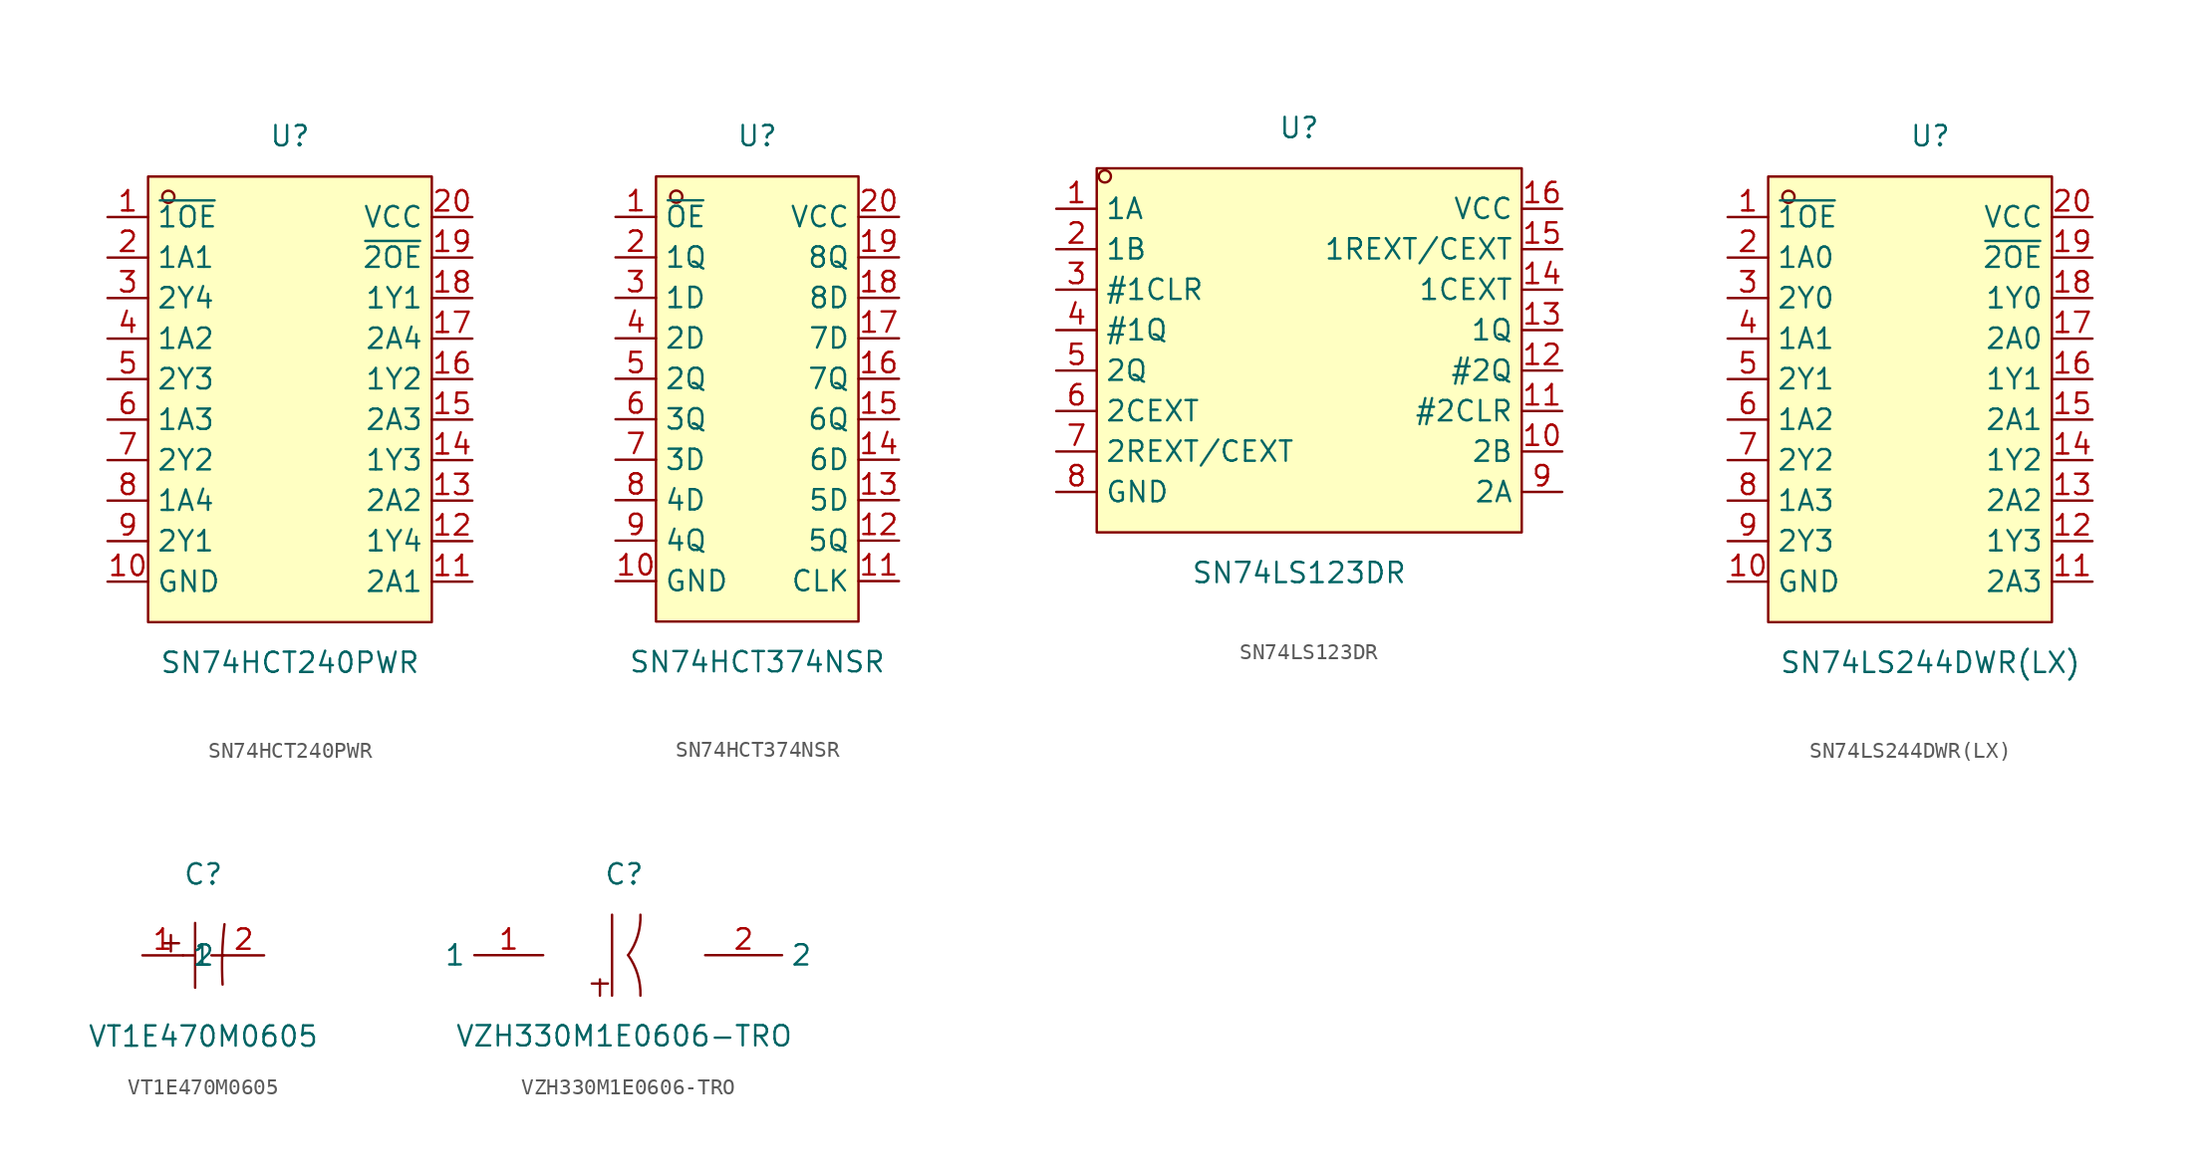
<source format=kicad_sym>
(kicad_symbol_lib
  (version 20211014)
  (generator https://github.com/uPesy/easyeda2kicad.py)
  (symbol "SN74HCT240PWR"
    (property "Reference" "U"
      (at 0 16.51 0)
      (effects (font (size 1.27 1.27))))
    (property "Value" "SN74HCT240PWR"
      (at 0 -16.51 0)
      (effects (font (size 1.27 1.27))))
    (symbol "SN74HCT240PWR_0_1"
      (rectangle (start -8.89 13.97) (end 8.89 -13.97) (stroke (width 0) (type default) (color 0 0 0 0)) (fill (type background)))
      (circle (center -7.62 12.70) (radius 0.38) (stroke (width 0) (type default) (color 0 0 0 0)) (fill (type none)))
      (pin unspecified line (at -11.43 11.43 0) (length 2.54) (name "~{1OE}" (effects (font (size 1.27 1.27)))) (number "1" (effects (font (size 1.27 1.27)))))
      (pin unspecified line (at -11.43 8.89 0) (length 2.54) (name "1A1" (effects (font (size 1.27 1.27)))) (number "2" (effects (font (size 1.27 1.27)))))
      (pin unspecified line (at -11.43 6.35 0) (length 2.54) (name "2Y4" (effects (font (size 1.27 1.27)))) (number "3" (effects (font (size 1.27 1.27)))))
      (pin unspecified line (at -11.43 3.81 0) (length 2.54) (name "1A2" (effects (font (size 1.27 1.27)))) (number "4" (effects (font (size 1.27 1.27)))))
      (pin unspecified line (at -11.43 1.27 0) (length 2.54) (name "2Y3" (effects (font (size 1.27 1.27)))) (number "5" (effects (font (size 1.27 1.27)))))
      (pin unspecified line (at -11.43 -1.27 0) (length 2.54) (name "1A3" (effects (font (size 1.27 1.27)))) (number "6" (effects (font (size 1.27 1.27)))))
      (pin unspecified line (at -11.43 -3.81 0) (length 2.54) (name "2Y2" (effects (font (size 1.27 1.27)))) (number "7" (effects (font (size 1.27 1.27)))))
      (pin unspecified line (at -11.43 -6.35 0) (length 2.54) (name "1A4" (effects (font (size 1.27 1.27)))) (number "8" (effects (font (size 1.27 1.27)))))
      (pin unspecified line (at -11.43 -8.89 0) (length 2.54) (name "2Y1" (effects (font (size 1.27 1.27)))) (number "9" (effects (font (size 1.27 1.27)))))
      (pin unspecified line (at -11.43 -11.43 0) (length 2.54) (name "GND" (effects (font (size 1.27 1.27)))) (number "10" (effects (font (size 1.27 1.27)))))
      (pin unspecified line (at 11.43 -11.43 180) (length 2.54) (name "2A1" (effects (font (size 1.27 1.27)))) (number "11" (effects (font (size 1.27 1.27)))))
      (pin unspecified line (at 11.43 -8.89 180) (length 2.54) (name "1Y4" (effects (font (size 1.27 1.27)))) (number "12" (effects (font (size 1.27 1.27)))))
      (pin unspecified line (at 11.43 -6.35 180) (length 2.54) (name "2A2" (effects (font (size 1.27 1.27)))) (number "13" (effects (font (size 1.27 1.27)))))
      (pin unspecified line (at 11.43 -3.81 180) (length 2.54) (name "1Y3" (effects (font (size 1.27 1.27)))) (number "14" (effects (font (size 1.27 1.27)))))
      (pin unspecified line (at 11.43 -1.27 180) (length 2.54) (name "2A3" (effects (font (size 1.27 1.27)))) (number "15" (effects (font (size 1.27 1.27)))))
      (pin unspecified line (at 11.43 1.27 180) (length 2.54) (name "1Y2" (effects (font (size 1.27 1.27)))) (number "16" (effects (font (size 1.27 1.27)))))
      (pin unspecified line (at 11.43 3.81 180) (length 2.54) (name "2A4" (effects (font (size 1.27 1.27)))) (number "17" (effects (font (size 1.27 1.27)))))
      (pin unspecified line (at 11.43 6.35 180) (length 2.54) (name "1Y1" (effects (font (size 1.27 1.27)))) (number "18" (effects (font (size 1.27 1.27)))))
      (pin unspecified line (at 11.43 8.89 180) (length 2.54) (name "~{2OE}" (effects (font (size 1.27 1.27)))) (number "19" (effects (font (size 1.27 1.27)))))
      (pin unspecified line (at 11.43 11.43 180) (length 2.54) (name "VCC" (effects (font (size 1.27 1.27)))) (number "20" (effects (font (size 1.27 1.27)))))))
  (symbol "SN74HCT374NSR"
    (property "Reference" "U"
      (at 0 16.51 0)
      (effects (font (size 1.27 1.27))))
    (property "Value" "SN74HCT374NSR"
      (at 0 -16.51 0)
      (effects (font (size 1.27 1.27))))
    (symbol "SN74HCT374NSR_0_1"
      (rectangle (start -6.35 13.97) (end 6.35 -13.97) (stroke (width 0) (type default) (color 0 0 0 0)) (fill (type background)))
      (circle (center -5.08 12.70) (radius 0.38) (stroke (width 0) (type default) (color 0 0 0 0)) (fill (type none)))
      (pin unspecified line (at -8.89 11.43 0) (length 2.54) (name "~{OE}" (effects (font (size 1.27 1.27)))) (number "1" (effects (font (size 1.27 1.27)))))
      (pin unspecified line (at -8.89 8.89 0) (length 2.54) (name "1Q" (effects (font (size 1.27 1.27)))) (number "2" (effects (font (size 1.27 1.27)))))
      (pin unspecified line (at -8.89 6.35 0) (length 2.54) (name "1D" (effects (font (size 1.27 1.27)))) (number "3" (effects (font (size 1.27 1.27)))))
      (pin unspecified line (at -8.89 3.81 0) (length 2.54) (name "2D" (effects (font (size 1.27 1.27)))) (number "4" (effects (font (size 1.27 1.27)))))
      (pin unspecified line (at -8.89 1.27 0) (length 2.54) (name "2Q" (effects (font (size 1.27 1.27)))) (number "5" (effects (font (size 1.27 1.27)))))
      (pin unspecified line (at -8.89 -1.27 0) (length 2.54) (name "3Q" (effects (font (size 1.27 1.27)))) (number "6" (effects (font (size 1.27 1.27)))))
      (pin unspecified line (at -8.89 -3.81 0) (length 2.54) (name "3D" (effects (font (size 1.27 1.27)))) (number "7" (effects (font (size 1.27 1.27)))))
      (pin unspecified line (at -8.89 -6.35 0) (length 2.54) (name "4D" (effects (font (size 1.27 1.27)))) (number "8" (effects (font (size 1.27 1.27)))))
      (pin unspecified line (at -8.89 -8.89 0) (length 2.54) (name "4Q" (effects (font (size 1.27 1.27)))) (number "9" (effects (font (size 1.27 1.27)))))
      (pin unspecified line (at -8.89 -11.43 0) (length 2.54) (name "GND" (effects (font (size 1.27 1.27)))) (number "10" (effects (font (size 1.27 1.27)))))
      (pin unspecified line (at 8.89 -11.43 180) (length 2.54) (name "CLK" (effects (font (size 1.27 1.27)))) (number "11" (effects (font (size 1.27 1.27)))))
      (pin unspecified line (at 8.89 -8.89 180) (length 2.54) (name "5Q" (effects (font (size 1.27 1.27)))) (number "12" (effects (font (size 1.27 1.27)))))
      (pin unspecified line (at 8.89 -6.35 180) (length 2.54) (name "5D" (effects (font (size 1.27 1.27)))) (number "13" (effects (font (size 1.27 1.27)))))
      (pin unspecified line (at 8.89 -3.81 180) (length 2.54) (name "6D" (effects (font (size 1.27 1.27)))) (number "14" (effects (font (size 1.27 1.27)))))
      (pin unspecified line (at 8.89 -1.27 180) (length 2.54) (name "6Q" (effects (font (size 1.27 1.27)))) (number "15" (effects (font (size 1.27 1.27)))))
      (pin unspecified line (at 8.89 1.27 180) (length 2.54) (name "7Q" (effects (font (size 1.27 1.27)))) (number "16" (effects (font (size 1.27 1.27)))))
      (pin unspecified line (at 8.89 3.81 180) (length 2.54) (name "7D" (effects (font (size 1.27 1.27)))) (number "17" (effects (font (size 1.27 1.27)))))
      (pin unspecified line (at 8.89 6.35 180) (length 2.54) (name "8D" (effects (font (size 1.27 1.27)))) (number "18" (effects (font (size 1.27 1.27)))))
      (pin unspecified line (at 8.89 8.89 180) (length 2.54) (name "8Q" (effects (font (size 1.27 1.27)))) (number "19" (effects (font (size 1.27 1.27)))))
      (pin unspecified line (at 8.89 11.43 180) (length 2.54) (name "VCC" (effects (font (size 1.27 1.27)))) (number "20" (effects (font (size 1.27 1.27)))))))
  (symbol "SN74LS123DR"
    (property "Reference" "U"
      (at 0 13.97 0)
      (effects (font (size 1.27 1.27))))
    (property "Value" "SN74LS123DR"
      (at 0 -13.97 0)
      (effects (font (size 1.27 1.27))))
    (symbol "SN74LS123DR_0_1"
      (rectangle (start -12.70 11.43) (end 13.97 -11.43) (stroke (width 0) (type default) (color 0 0 0 0)) (fill (type background)))
      (circle (center -12.19 10.92) (radius 0.38) (stroke (width 0) (type default) (color 0 0 0 0)) (fill (type none)))
      (pin unspecified line (at -15.24 8.89 0) (length 2.54) (name "1A" (effects (font (size 1.27 1.27)))) (number "1" (effects (font (size 1.27 1.27)))))
      (pin unspecified line (at -15.24 6.35 0) (length 2.54) (name "1B" (effects (font (size 1.27 1.27)))) (number "2" (effects (font (size 1.27 1.27)))))
      (pin unspecified line (at -15.24 3.81 0) (length 2.54) (name "#1CLR" (effects (font (size 1.27 1.27)))) (number "3" (effects (font (size 1.27 1.27)))))
      (pin unspecified line (at -15.24 1.27 0) (length 2.54) (name "#1Q" (effects (font (size 1.27 1.27)))) (number "4" (effects (font (size 1.27 1.27)))))
      (pin unspecified line (at -15.24 -1.27 0) (length 2.54) (name "2Q" (effects (font (size 1.27 1.27)))) (number "5" (effects (font (size 1.27 1.27)))))
      (pin unspecified line (at -15.24 -3.81 0) (length 2.54) (name "2CEXT" (effects (font (size 1.27 1.27)))) (number "6" (effects (font (size 1.27 1.27)))))
      (pin unspecified line (at -15.24 -6.35 0) (length 2.54) (name "2REXT/CEXT" (effects (font (size 1.27 1.27)))) (number "7" (effects (font (size 1.27 1.27)))))
      (pin unspecified line (at -15.24 -8.89 0) (length 2.54) (name "GND" (effects (font (size 1.27 1.27)))) (number "8" (effects (font (size 1.27 1.27)))))
      (pin unspecified line (at 16.51 -8.89 180) (length 2.54) (name "2A" (effects (font (size 1.27 1.27)))) (number "9" (effects (font (size 1.27 1.27)))))
      (pin unspecified line (at 16.51 -6.35 180) (length 2.54) (name "2B" (effects (font (size 1.27 1.27)))) (number "10" (effects (font (size 1.27 1.27)))))
      (pin unspecified line (at 16.51 -3.81 180) (length 2.54) (name "#2CLR" (effects (font (size 1.27 1.27)))) (number "11" (effects (font (size 1.27 1.27)))))
      (pin unspecified line (at 16.51 -1.27 180) (length 2.54) (name "#2Q" (effects (font (size 1.27 1.27)))) (number "12" (effects (font (size 1.27 1.27)))))
      (pin unspecified line (at 16.51 1.27 180) (length 2.54) (name "1Q" (effects (font (size 1.27 1.27)))) (number "13" (effects (font (size 1.27 1.27)))))
      (pin unspecified line (at 16.51 3.81 180) (length 2.54) (name "1CEXT" (effects (font (size 1.27 1.27)))) (number "14" (effects (font (size 1.27 1.27)))))
      (pin unspecified line (at 16.51 6.35 180) (length 2.54) (name "1REXT/CEXT" (effects (font (size 1.27 1.27)))) (number "15" (effects (font (size 1.27 1.27)))))
      (pin unspecified line (at 16.51 8.89 180) (length 2.54) (name "VCC" (effects (font (size 1.27 1.27)))) (number "16" (effects (font (size 1.27 1.27)))))))
  (symbol "SN74LS244DWR(LX)"
    (property "Reference" "U"
      (at 0 17.78 0)
      (effects (font (size 1.27 1.27))))
    (property "Value" "SN74LS244DWR(LX)"
      (at 0 -15.24 0)
      (effects (font (size 1.27 1.27))))
    (symbol "SN74LS244DWR(LX)_0_1"
      (rectangle (start -10.16 15.24) (end 7.62 -12.70) (stroke (width 0) (type default) (color 0 0 0 0)) (fill (type background)))
      (circle (center -8.89 13.97) (radius 0.38) (stroke (width 0) (type default) (color 0 0 0 0)) (fill (type none)))
      (pin unspecified line (at 10.16 12.70 180) (length 2.54) (name "VCC" (effects (font (size 1.27 1.27)))) (number "20" (effects (font (size 1.27 1.27)))))
      (pin unspecified line (at 10.16 10.16 180) (length 2.54) (name "~{2OE}" (effects (font (size 1.27 1.27)))) (number "19" (effects (font (size 1.27 1.27)))))
      (pin unspecified line (at 10.16 7.62 180) (length 2.54) (name "1Y0" (effects (font (size 1.27 1.27)))) (number "18" (effects (font (size 1.27 1.27)))))
      (pin unspecified line (at 10.16 5.08 180) (length 2.54) (name "2A0" (effects (font (size 1.27 1.27)))) (number "17" (effects (font (size 1.27 1.27)))))
      (pin unspecified line (at 10.16 2.54 180) (length 2.54) (name "1Y1" (effects (font (size 1.27 1.27)))) (number "16" (effects (font (size 1.27 1.27)))))
      (pin unspecified line (at 10.16 -0.00 180) (length 2.54) (name "2A1" (effects (font (size 1.27 1.27)))) (number "15" (effects (font (size 1.27 1.27)))))
      (pin unspecified line (at 10.16 -2.54 180) (length 2.54) (name "1Y2" (effects (font (size 1.27 1.27)))) (number "14" (effects (font (size 1.27 1.27)))))
      (pin unspecified line (at 10.16 -5.08 180) (length 2.54) (name "2A2" (effects (font (size 1.27 1.27)))) (number "13" (effects (font (size 1.27 1.27)))))
      (pin unspecified line (at 10.16 -7.62 180) (length 2.54) (name "1Y3" (effects (font (size 1.27 1.27)))) (number "12" (effects (font (size 1.27 1.27)))))
      (pin unspecified line (at 10.16 -10.16 180) (length 2.54) (name "2A3" (effects (font (size 1.27 1.27)))) (number "11" (effects (font (size 1.27 1.27)))))
      (pin unspecified line (at -12.70 -10.16 0) (length 2.54) (name "GND" (effects (font (size 1.27 1.27)))) (number "10" (effects (font (size 1.27 1.27)))))
      (pin unspecified line (at -12.70 -7.62 0) (length 2.54) (name "2Y3" (effects (font (size 1.27 1.27)))) (number "9" (effects (font (size 1.27 1.27)))))
      (pin unspecified line (at -12.70 -5.08 0) (length 2.54) (name "1A3" (effects (font (size 1.27 1.27)))) (number "8" (effects (font (size 1.27 1.27)))))
      (pin unspecified line (at -12.70 -2.54 0) (length 2.54) (name "2Y2" (effects (font (size 1.27 1.27)))) (number "7" (effects (font (size 1.27 1.27)))))
      (pin unspecified line (at -12.70 -0.00 0) (length 2.54) (name "1A2" (effects (font (size 1.27 1.27)))) (number "6" (effects (font (size 1.27 1.27)))))
      (pin unspecified line (at -12.70 2.54 0) (length 2.54) (name "2Y1" (effects (font (size 1.27 1.27)))) (number "5" (effects (font (size 1.27 1.27)))))
      (pin unspecified line (at -12.70 5.08 0) (length 2.54) (name "1A1" (effects (font (size 1.27 1.27)))) (number "4" (effects (font (size 1.27 1.27)))))
      (pin unspecified line (at -12.70 7.62 0) (length 2.54) (name "2Y0" (effects (font (size 1.27 1.27)))) (number "3" (effects (font (size 1.27 1.27)))))
      (pin unspecified line (at -12.70 10.16 0) (length 2.54) (name "1A0" (effects (font (size 1.27 1.27)))) (number "2" (effects (font (size 1.27 1.27)))))
      (pin unspecified line (at -12.70 12.70 0) (length 2.54) (name "~{1OE}" (effects (font (size 1.27 1.27)))) (number "1" (effects (font (size 1.27 1.27)))))))
  (symbol "VT1E470M0605"
    (property "Reference" "C"
      (at 0 5.08 0)
      (effects (font (size 1.27 1.27))))
    (property "Value" "VT1E470M0605"
      (at 0 -5.08 0)
      (effects (font (size 1.27 1.27))))
    (symbol "VT1E470M0605_0_1"
      (arc (start 1.33 1.95) (mid 1.22 -2.00) (end 1.21 -1.83) (stroke (width 0) (type default) (color 0 0 0 0)) (fill (type none)))
      (polyline (pts (xy -0.51 2.03) (xy -0.51 -2.03)) (stroke (width 0) (type default) (color 0 0 0 0)) (fill (type none)))
      (polyline (pts (xy -1.27 -0.00) (xy -0.51 -0.00)) (stroke (width 0) (type default) (color 0 0 0 0)) (fill (type none)))
      (polyline (pts (xy 0.51 -0.00) (xy 1.27 -0.00)) (stroke (width 0) (type default) (color 0 0 0 0)) (fill (type none)))
      (polyline (pts (xy -2.54 0.76) (xy -1.52 0.76)) (stroke (width 0) (type default) (color 0 0 0 0)) (fill (type none)))
      (polyline (pts (xy -2.03 1.27) (xy -2.03 0.25)) (stroke (width 0) (type default) (color 0 0 0 0)) (fill (type none)))
      (pin input line (at -3.81 -0.00 0) (length 2.54) (name "1" (effects (font (size 1.27 1.27)))) (number "1" (effects (font (size 1.27 1.27)))))
      (pin input line (at 3.81 -0.00 180) (length 2.54) (name "2" (effects (font (size 1.27 1.27)))) (number "2" (effects (font (size 1.27 1.27)))))))
  (symbol "VZH330M1E0606-TRO"
    (property "Reference" "C"
      (at 0 5.08 0)
      (effects (font (size 1.27 1.27))))
    (property "Value" "VZH330M1E0606-TRO"
      (at 0 -5.08 0)
      (effects (font (size 1.27 1.27))))
    (symbol "VZH330M1E0606-TRO_0_1"
      (rectangle (start -1.52 -1.52) (end -1.52 -2.54) (stroke (width 0) (type default) (color 0 0 0 0)) (fill (type background)))
      (rectangle (start -2.03 -1.78) (end -1.02 -1.78) (stroke (width 0) (type default) (color 0 0 0 0)) (fill (type background)))
      (arc (start 0.25 -0.00) (mid 8.40 -0.21) (end 1.02 2.54) (stroke (width 0) (type default) (color 0 0 0 0)) (fill (type none)))
      (arc (start 1.02 -2.54) (mid 8.47 0.52) (end 0.25 -0.00) (stroke (width 0) (type default) (color 0 0 0 0)) (fill (type none)))
      (polyline (pts (xy -0.76 -2.54) (xy -0.76 2.54)) (stroke (width 0) (type default) (color 0 0 0 0)) (fill (type none)))
      (pin unspecified line (at -5.08 -0.00 180) (length 4.318) (name "1" (effects (font (size 1.27 1.27)))) (number "1" (effects (font (size 1.27 1.27)))))
      (pin unspecified line (at 5.08 -0.00 0) (length 4.826) (name "2" (effects (font (size 1.27 1.27)))) (number "2" (effects (font (size 1.27 1.27))))))))
</source>
